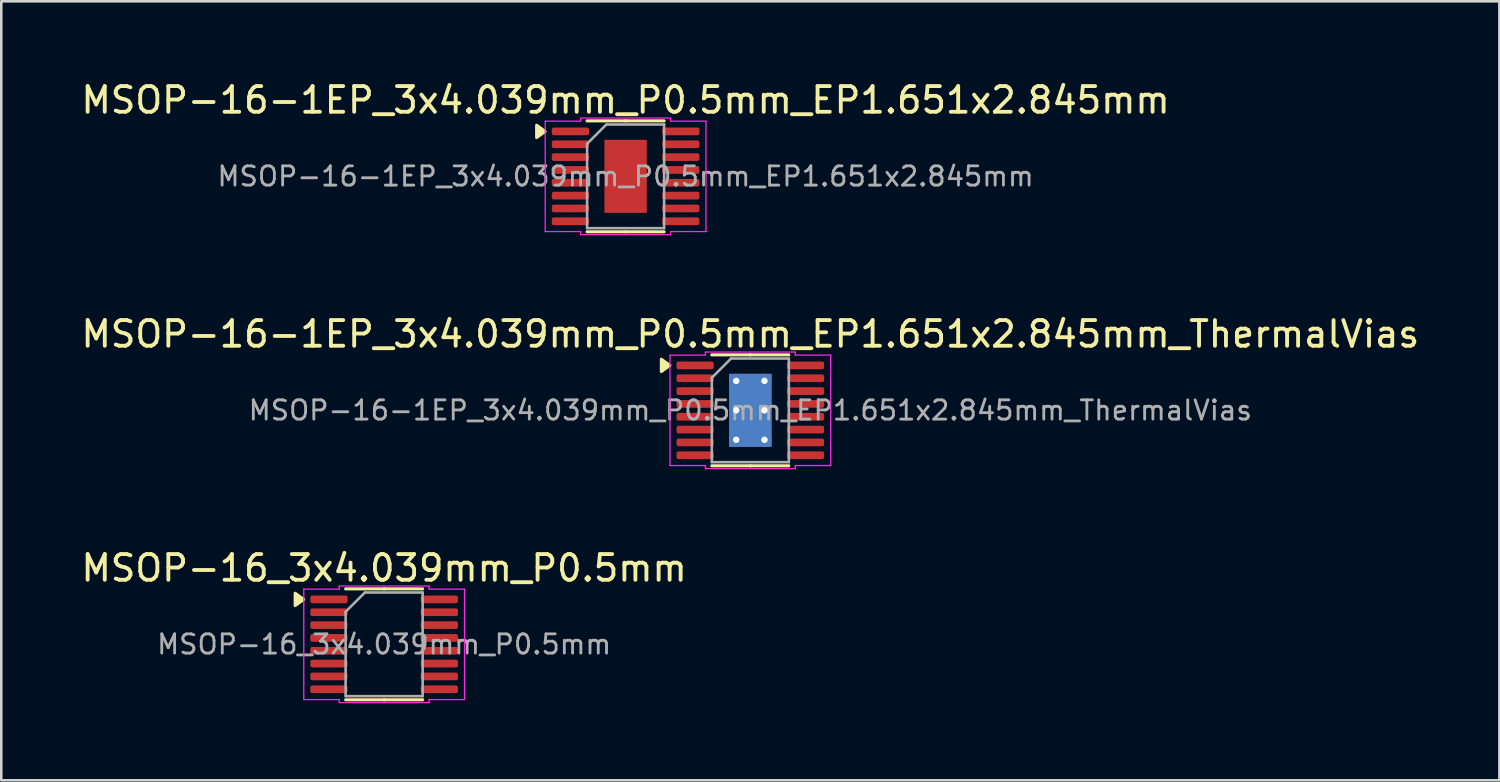
<source format=kicad_pcb>
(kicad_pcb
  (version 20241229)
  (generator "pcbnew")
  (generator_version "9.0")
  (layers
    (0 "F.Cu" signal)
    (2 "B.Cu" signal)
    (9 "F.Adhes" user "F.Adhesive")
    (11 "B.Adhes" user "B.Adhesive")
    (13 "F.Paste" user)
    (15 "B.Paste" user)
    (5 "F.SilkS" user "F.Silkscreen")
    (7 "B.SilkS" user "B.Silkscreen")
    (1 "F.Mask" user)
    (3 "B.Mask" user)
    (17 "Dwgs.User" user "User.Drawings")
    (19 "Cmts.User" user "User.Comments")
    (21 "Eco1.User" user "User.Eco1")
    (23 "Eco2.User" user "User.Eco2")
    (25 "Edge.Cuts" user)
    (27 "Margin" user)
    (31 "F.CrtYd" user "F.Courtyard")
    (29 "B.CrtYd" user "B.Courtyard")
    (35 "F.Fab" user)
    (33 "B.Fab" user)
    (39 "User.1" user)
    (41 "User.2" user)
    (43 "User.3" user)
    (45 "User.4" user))
  (footprint "MSOP-16_3x4.039mm_P0.5mm"
    (layer "F.Cu")
    (at 11.911 22.045)
    (property "Reference" "MSOP-16_3x4.039mm_P0.5mm" (at 0 -2.97 0) (layer "F.SilkS") (effects (font (size 1 1) (thickness 0.15))))
    (attr smd)
    (fp_line (start 0 -2.16) (end -1.5 -2.16) (stroke (width 0.12) (type solid)) (layer "F.SilkS"))
    (fp_line (start 0 -2.16) (end 1.5 -2.16) (stroke (width 0.12) (type solid)) (layer "F.SilkS"))
    (fp_line (start 0 2.16) (end -1.5 2.16) (stroke (width 0.12) (type solid)) (layer "F.SilkS"))
    (fp_line (start 0 2.16) (end 1.5 2.16) (stroke (width 0.12) (type solid)) (layer "F.SilkS"))
    (fp_poly (pts (xy -3.135 -1.75) (xy -3.465 -1.51) (xy -3.465 -1.99)) (stroke (width 0.12) (type solid)) (fill yes) (layer "F.SilkS"))
    (fp_line (start -3.13 -2.15) (end -1.75 -2.15) (stroke (width 0.05) (type solid)) (layer "F.CrtYd"))
    (fp_line (start -3.13 2.15) (end -3.13 -2.15) (stroke (width 0.05) (type solid)) (layer "F.CrtYd"))
    (fp_line (start -1.75 -2.27) (end 1.75 -2.27) (stroke (width 0.05) (type solid)) (layer "F.CrtYd"))
    (fp_line (start -1.75 -2.15) (end -1.75 -2.27) (stroke (width 0.05) (type solid)) (layer "F.CrtYd"))
    (fp_line (start -1.75 2.15) (end -3.13 2.15) (stroke (width 0.05) (type solid)) (layer "F.CrtYd"))
    (fp_line (start -1.75 2.27) (end -1.75 2.15) (stroke (width 0.05) (type solid)) (layer "F.CrtYd"))
    (fp_line (start 1.75 -2.27) (end 1.75 -2.15) (stroke (width 0.05) (type solid)) (layer "F.CrtYd"))
    (fp_line (start 1.75 -2.15) (end 3.13 -2.15) (stroke (width 0.05) (type solid)) (layer "F.CrtYd"))
    (fp_line (start 1.75 2.15) (end 1.75 2.27) (stroke (width 0.05) (type solid)) (layer "F.CrtYd"))
    (fp_line (start 1.75 2.27) (end -1.75 2.27) (stroke (width 0.05) (type solid)) (layer "F.CrtYd"))
    (fp_line (start 3.13 -2.15) (end 3.13 2.15) (stroke (width 0.05) (type solid)) (layer "F.CrtYd"))
    (fp_line (start 3.13 2.15) (end 1.75 2.15) (stroke (width 0.05) (type solid)) (layer "F.CrtYd"))
    (fp_line (start -1.5 -1.27) (end -0.75 -2.019) (stroke (width 0.1) (type solid)) (layer "F.Fab"))
    (fp_line (start -1.5 2.019) (end -1.5 -1.27) (stroke (width 0.1) (type solid)) (layer "F.Fab"))
    (fp_line (start -0.75 -2.019) (end 1.5 -2.019) (stroke (width 0.1) (type solid)) (layer "F.Fab"))
    (fp_line (start 1.5 -2.019) (end 1.5 2.019) (stroke (width 0.1) (type solid)) (layer "F.Fab"))
    (fp_line (start 1.5 2.019) (end -1.5 2.019) (stroke (width 0.1) (type solid)) (layer "F.Fab"))
    (fp_text user "${REFERENCE}" (at 0 0 0) (layer "F.Fab") (effects (font (size 0.75 0.75) (thickness 0.11))))
    (pad "1" smd roundrect (at -2.15 -1.75) (size 1.45 0.3) (layers "F.Cu" "F.Mask" "F.Paste") (roundrect_rratio 0.25))
    (pad "2" smd roundrect (at -2.15 -1.25) (size 1.45 0.3) (layers "F.Cu" "F.Mask" "F.Paste") (roundrect_rratio 0.25))
    (pad "3" smd roundrect (at -2.15 -0.75) (size 1.45 0.3) (layers "F.Cu" "F.Mask" "F.Paste") (roundrect_rratio 0.25))
    (pad "4" smd roundrect (at -2.15 -0.25) (size 1.45 0.3) (layers "F.Cu" "F.Mask" "F.Paste") (roundrect_rratio 0.25))
    (pad "5" smd roundrect (at -2.15 0.25) (size 1.45 0.3) (layers "F.Cu" "F.Mask" "F.Paste") (roundrect_rratio 0.25))
    (pad "6" smd roundrect (at -2.15 0.75) (size 1.45 0.3) (layers "F.Cu" "F.Mask" "F.Paste") (roundrect_rratio 0.25))
    (pad "7" smd roundrect (at -2.15 1.25) (size 1.45 0.3) (layers "F.Cu" "F.Mask" "F.Paste") (roundrect_rratio 0.25))
    (pad "8" smd roundrect (at -2.15 1.75) (size 1.45 0.3) (layers "F.Cu" "F.Mask" "F.Paste") (roundrect_rratio 0.25))
    (pad "9" smd roundrect (at 2.15 1.75) (size 1.45 0.3) (layers "F.Cu" "F.Mask" "F.Paste") (roundrect_rratio 0.25))
    (pad "10" smd roundrect (at 2.15 1.25) (size 1.45 0.3) (layers "F.Cu" "F.Mask" "F.Paste") (roundrect_rratio 0.25))
    (pad "11" smd roundrect (at 2.15 0.75) (size 1.45 0.3) (layers "F.Cu" "F.Mask" "F.Paste") (roundrect_rratio 0.25))
    (pad "12" smd roundrect (at 2.15 0.25) (size 1.45 0.3) (layers "F.Cu" "F.Mask" "F.Paste") (roundrect_rratio 0.25))
    (pad "13" smd roundrect (at 2.15 -0.25) (size 1.45 0.3) (layers "F.Cu" "F.Mask" "F.Paste") (roundrect_rratio 0.25))
    (pad "14" smd roundrect (at 2.15 -0.75) (size 1.45 0.3) (layers "F.Cu" "F.Mask" "F.Paste") (roundrect_rratio 0.25))
    (pad "15" smd roundrect (at 2.15 -1.25) (size 1.45 0.3) (layers "F.Cu" "F.Mask" "F.Paste") (roundrect_rratio 0.25))
    (pad "16" smd roundrect (at 2.15 -1.75) (size 1.45 0.3) (layers "F.Cu" "F.Mask" "F.Paste") (roundrect_rratio 0.25)))
  (footprint "MSOP-16-1EP_3x4.039mm_P0.5mm_EP1.651x2.845mm_ThermalVias"
    (layer "F.Cu")
    (at 26.173 12.931)
    (property "Reference" "MSOP-16-1EP_3x4.039mm_P0.5mm_EP1.651x2.845mm_ThermalVias" (at 0 -2.97 0) (layer "F.SilkS") (effects (font (size 1 1) (thickness 0.15))))
    (attr smd)
    (fp_line (start 0 -2.16) (end -1.5 -2.16) (stroke (width 0.12) (type solid)) (layer "F.SilkS"))
    (fp_line (start 0 -2.16) (end 1.5 -2.16) (stroke (width 0.12) (type solid)) (layer "F.SilkS"))
    (fp_line (start 0 2.16) (end -1.5 2.16) (stroke (width 0.12) (type solid)) (layer "F.SilkS"))
    (fp_line (start 0 2.16) (end 1.5 2.16) (stroke (width 0.12) (type solid)) (layer "F.SilkS"))
    (fp_poly (pts (xy -3.135 -1.75) (xy -3.465 -1.51) (xy -3.465 -1.99)) (stroke (width 0.12) (type solid)) (fill yes) (layer "F.SilkS"))
    (fp_line (start -3.13 -2.15) (end -1.75 -2.15) (stroke (width 0.05) (type solid)) (layer "F.CrtYd"))
    (fp_line (start -3.13 2.15) (end -3.13 -2.15) (stroke (width 0.05) (type solid)) (layer "F.CrtYd"))
    (fp_line (start -1.75 -2.27) (end 1.75 -2.27) (stroke (width 0.05) (type solid)) (layer "F.CrtYd"))
    (fp_line (start -1.75 -2.15) (end -1.75 -2.27) (stroke (width 0.05) (type solid)) (layer "F.CrtYd"))
    (fp_line (start -1.75 2.15) (end -3.13 2.15) (stroke (width 0.05) (type solid)) (layer "F.CrtYd"))
    (fp_line (start -1.75 2.27) (end -1.75 2.15) (stroke (width 0.05) (type solid)) (layer "F.CrtYd"))
    (fp_line (start 1.75 -2.27) (end 1.75 -2.15) (stroke (width 0.05) (type solid)) (layer "F.CrtYd"))
    (fp_line (start 1.75 -2.15) (end 3.13 -2.15) (stroke (width 0.05) (type solid)) (layer "F.CrtYd"))
    (fp_line (start 1.75 2.15) (end 1.75 2.27) (stroke (width 0.05) (type solid)) (layer "F.CrtYd"))
    (fp_line (start 1.75 2.27) (end -1.75 2.27) (stroke (width 0.05) (type solid)) (layer "F.CrtYd"))
    (fp_line (start 3.13 -2.15) (end 3.13 2.15) (stroke (width 0.05) (type solid)) (layer "F.CrtYd"))
    (fp_line (start 3.13 2.15) (end 1.75 2.15) (stroke (width 0.05) (type solid)) (layer "F.CrtYd"))
    (fp_line (start -1.5 -1.27) (end -0.75 -2.019) (stroke (width 0.1) (type solid)) (layer "F.Fab"))
    (fp_line (start -1.5 2.019) (end -1.5 -1.27) (stroke (width 0.1) (type solid)) (layer "F.Fab"))
    (fp_line (start -0.75 -2.019) (end 1.5 -2.019) (stroke (width 0.1) (type solid)) (layer "F.Fab"))
    (fp_line (start 1.5 -2.019) (end 1.5 2.019) (stroke (width 0.1) (type solid)) (layer "F.Fab"))
    (fp_line (start 1.5 2.019) (end -1.5 2.019) (stroke (width 0.1) (type solid)) (layer "F.Fab"))
    (fp_text user "${REFERENCE}" (at 0 0 0) (layer "F.Fab") (effects (font (size 0.75 0.75) (thickness 0.11))))
    (pad "" smd roundrect (at -0.415 -0.71) (size 0.69 1.19) (layers "F.Paste") (roundrect_rratio 0.25))
    (pad "" smd roundrect (at -0.415 0.71) (size 0.69 1.19) (layers "F.Paste") (roundrect_rratio 0.25))
    (pad "" smd roundrect (at 0.415 -0.71) (size 0.69 1.19) (layers "F.Paste") (roundrect_rratio 0.25))
    (pad "" smd roundrect (at 0.415 0.71) (size 0.69 1.19) (layers "F.Paste") (roundrect_rratio 0.25))
    (pad "1" smd roundrect (at -2.15 -1.75) (size 1.45 0.3) (layers "F.Cu" "F.Mask" "F.Paste") (roundrect_rratio 0.25))
    (pad "2" smd roundrect (at -2.15 -1.25) (size 1.45 0.3) (layers "F.Cu" "F.Mask" "F.Paste") (roundrect_rratio 0.25))
    (pad "3" smd roundrect (at -2.15 -0.75) (size 1.45 0.3) (layers "F.Cu" "F.Mask" "F.Paste") (roundrect_rratio 0.25))
    (pad "4" smd roundrect (at -2.15 -0.25) (size 1.45 0.3) (layers "F.Cu" "F.Mask" "F.Paste") (roundrect_rratio 0.25))
    (pad "5" smd roundrect (at -2.15 0.25) (size 1.45 0.3) (layers "F.Cu" "F.Mask" "F.Paste") (roundrect_rratio 0.25))
    (pad "6" smd roundrect (at -2.15 0.75) (size 1.45 0.3) (layers "F.Cu" "F.Mask" "F.Paste") (roundrect_rratio 0.25))
    (pad "7" smd roundrect (at -2.15 1.25) (size 1.45 0.3) (layers "F.Cu" "F.Mask" "F.Paste") (roundrect_rratio 0.25))
    (pad "8" smd roundrect (at -2.15 1.75) (size 1.45 0.3) (layers "F.Cu" "F.Mask" "F.Paste") (roundrect_rratio 0.25))
    (pad "9" smd roundrect (at 2.15 1.75) (size 1.45 0.3) (layers "F.Cu" "F.Mask" "F.Paste") (roundrect_rratio 0.25))
    (pad "10" smd roundrect (at 2.15 1.25) (size 1.45 0.3) (layers "F.Cu" "F.Mask" "F.Paste") (roundrect_rratio 0.25))
    (pad "11" smd roundrect (at 2.15 0.75) (size 1.45 0.3) (layers "F.Cu" "F.Mask" "F.Paste") (roundrect_rratio 0.25))
    (pad "12" smd roundrect (at 2.15 0.25) (size 1.45 0.3) (layers "F.Cu" "F.Mask" "F.Paste") (roundrect_rratio 0.25))
    (pad "13" smd roundrect (at 2.15 -0.25) (size 1.45 0.3) (layers "F.Cu" "F.Mask" "F.Paste") (roundrect_rratio 0.25))
    (pad "14" smd roundrect (at 2.15 -0.75) (size 1.45 0.3) (layers "F.Cu" "F.Mask" "F.Paste") (roundrect_rratio 0.25))
    (pad "15" smd roundrect (at 2.15 -1.25) (size 1.45 0.3) (layers "F.Cu" "F.Mask" "F.Paste") (roundrect_rratio 0.25))
    (pad "16" smd roundrect (at 2.15 -1.75) (size 1.45 0.3) (layers "F.Cu" "F.Mask" "F.Paste") (roundrect_rratio 0.25))
    (pad "17" thru_hole circle (at -0.55 -1.147) (size 0.55 0.55) (drill 0.25) (property pad_prop_heatsink) (layers "*.Cu"))
    (pad "17" thru_hole circle (at -0.55 0) (size 0.55 0.55) (drill 0.25) (property pad_prop_heatsink) (layers "*.Cu"))
    (pad "17" thru_hole circle (at -0.55 1.147) (size 0.55 0.55) (drill 0.25) (property pad_prop_heatsink) (layers "*.Cu"))
    (pad "17" smd rect (at 0 0) (size 1.651 2.845) (property pad_prop_heatsink) (layers "F.Cu" "F.Mask"))
    (pad "17" smd rect (at 0 0) (size 1.651 2.845) (property pad_prop_heatsink) (layers "B.Cu"))
    (pad "17" thru_hole circle (at 0.55 -1.147) (size 0.55 0.55) (drill 0.25) (property pad_prop_heatsink) (layers "*.Cu"))
    (pad "17" thru_hole circle (at 0.55 0) (size 0.55 0.55) (drill 0.25) (property pad_prop_heatsink) (layers "*.Cu"))
    (pad "17" thru_hole circle (at 0.55 1.147) (size 0.55 0.55) (drill 0.25) (property pad_prop_heatsink) (layers "*.Cu")))
  (footprint "MSOP-16-1EP_3x4.039mm_P0.5mm_EP1.651x2.845mm"
    (layer "F.Cu")
    (at 21.315 3.818)
    (property "Reference" "MSOP-16-1EP_3x4.039mm_P0.5mm_EP1.651x2.845mm" (at 0 -2.97 0) (layer "F.SilkS") (effects (font (size 1 1) (thickness 0.15))))
    (attr smd)
    (fp_line (start 0 -2.16) (end -1.5 -2.16) (stroke (width 0.12) (type solid)) (layer "F.SilkS"))
    (fp_line (start 0 -2.16) (end 1.5 -2.16) (stroke (width 0.12) (type solid)) (layer "F.SilkS"))
    (fp_line (start 0 2.16) (end -1.5 2.16) (stroke (width 0.12) (type solid)) (layer "F.SilkS"))
    (fp_line (start 0 2.16) (end 1.5 2.16) (stroke (width 0.12) (type solid)) (layer "F.SilkS"))
    (fp_poly (pts (xy -3.135 -1.75) (xy -3.465 -1.51) (xy -3.465 -1.99)) (stroke (width 0.12) (type solid)) (fill yes) (layer "F.SilkS"))
    (fp_line (start -3.13 -2.15) (end -1.75 -2.15) (stroke (width 0.05) (type solid)) (layer "F.CrtYd"))
    (fp_line (start -3.13 2.15) (end -3.13 -2.15) (stroke (width 0.05) (type solid)) (layer "F.CrtYd"))
    (fp_line (start -1.75 -2.27) (end 1.75 -2.27) (stroke (width 0.05) (type solid)) (layer "F.CrtYd"))
    (fp_line (start -1.75 -2.15) (end -1.75 -2.27) (stroke (width 0.05) (type solid)) (layer "F.CrtYd"))
    (fp_line (start -1.75 2.15) (end -3.13 2.15) (stroke (width 0.05) (type solid)) (layer "F.CrtYd"))
    (fp_line (start -1.75 2.27) (end -1.75 2.15) (stroke (width 0.05) (type solid)) (layer "F.CrtYd"))
    (fp_line (start 1.75 -2.27) (end 1.75 -2.15) (stroke (width 0.05) (type solid)) (layer "F.CrtYd"))
    (fp_line (start 1.75 -2.15) (end 3.13 -2.15) (stroke (width 0.05) (type solid)) (layer "F.CrtYd"))
    (fp_line (start 1.75 2.15) (end 1.75 2.27) (stroke (width 0.05) (type solid)) (layer "F.CrtYd"))
    (fp_line (start 1.75 2.27) (end -1.75 2.27) (stroke (width 0.05) (type solid)) (layer "F.CrtYd"))
    (fp_line (start 3.13 -2.15) (end 3.13 2.15) (stroke (width 0.05) (type solid)) (layer "F.CrtYd"))
    (fp_line (start 3.13 2.15) (end 1.75 2.15) (stroke (width 0.05) (type solid)) (layer "F.CrtYd"))
    (fp_line (start -1.5 -1.27) (end -0.75 -2.019) (stroke (width 0.1) (type solid)) (layer "F.Fab"))
    (fp_line (start -1.5 2.019) (end -1.5 -1.27) (stroke (width 0.1) (type solid)) (layer "F.Fab"))
    (fp_line (start -0.75 -2.019) (end 1.5 -2.019) (stroke (width 0.1) (type solid)) (layer "F.Fab"))
    (fp_line (start 1.5 -2.019) (end 1.5 2.019) (stroke (width 0.1) (type solid)) (layer "F.Fab"))
    (fp_line (start 1.5 2.019) (end -1.5 2.019) (stroke (width 0.1) (type solid)) (layer "F.Fab"))
    (fp_text user "${REFERENCE}" (at 0 0 0) (layer "F.Fab") (effects (font (size 0.75 0.75) (thickness 0.11))))
    (pad "" smd roundrect (at -0.415 -0.71) (size 0.69 1.19) (layers "F.Paste") (roundrect_rratio 0.25))
    (pad "" smd roundrect (at -0.415 0.71) (size 0.69 1.19) (layers "F.Paste") (roundrect_rratio 0.25))
    (pad "" smd roundrect (at 0.415 -0.71) (size 0.69 1.19) (layers "F.Paste") (roundrect_rratio 0.25))
    (pad "" smd roundrect (at 0.415 0.71) (size 0.69 1.19) (layers "F.Paste") (roundrect_rratio 0.25))
    (pad "1" smd roundrect (at -2.15 -1.75) (size 1.45 0.3) (layers "F.Cu" "F.Mask" "F.Paste") (roundrect_rratio 0.25))
    (pad "2" smd roundrect (at -2.15 -1.25) (size 1.45 0.3) (layers "F.Cu" "F.Mask" "F.Paste") (roundrect_rratio 0.25))
    (pad "3" smd roundrect (at -2.15 -0.75) (size 1.45 0.3) (layers "F.Cu" "F.Mask" "F.Paste") (roundrect_rratio 0.25))
    (pad "4" smd roundrect (at -2.15 -0.25) (size 1.45 0.3) (layers "F.Cu" "F.Mask" "F.Paste") (roundrect_rratio 0.25))
    (pad "5" smd roundrect (at -2.15 0.25) (size 1.45 0.3) (layers "F.Cu" "F.Mask" "F.Paste") (roundrect_rratio 0.25))
    (pad "6" smd roundrect (at -2.15 0.75) (size 1.45 0.3) (layers "F.Cu" "F.Mask" "F.Paste") (roundrect_rratio 0.25))
    (pad "7" smd roundrect (at -2.15 1.25) (size 1.45 0.3) (layers "F.Cu" "F.Mask" "F.Paste") (roundrect_rratio 0.25))
    (pad "8" smd roundrect (at -2.15 1.75) (size 1.45 0.3) (layers "F.Cu" "F.Mask" "F.Paste") (roundrect_rratio 0.25))
    (pad "9" smd roundrect (at 2.15 1.75) (size 1.45 0.3) (layers "F.Cu" "F.Mask" "F.Paste") (roundrect_rratio 0.25))
    (pad "10" smd roundrect (at 2.15 1.25) (size 1.45 0.3) (layers "F.Cu" "F.Mask" "F.Paste") (roundrect_rratio 0.25))
    (pad "11" smd roundrect (at 2.15 0.75) (size 1.45 0.3) (layers "F.Cu" "F.Mask" "F.Paste") (roundrect_rratio 0.25))
    (pad "12" smd roundrect (at 2.15 0.25) (size 1.45 0.3) (layers "F.Cu" "F.Mask" "F.Paste") (roundrect_rratio 0.25))
    (pad "13" smd roundrect (at 2.15 -0.25) (size 1.45 0.3) (layers "F.Cu" "F.Mask" "F.Paste") (roundrect_rratio 0.25))
    (pad "14" smd roundrect (at 2.15 -0.75) (size 1.45 0.3) (layers "F.Cu" "F.Mask" "F.Paste") (roundrect_rratio 0.25))
    (pad "15" smd roundrect (at 2.15 -1.25) (size 1.45 0.3) (layers "F.Cu" "F.Mask" "F.Paste") (roundrect_rratio 0.25))
    (pad "16" smd roundrect (at 2.15 -1.75) (size 1.45 0.3) (layers "F.Cu" "F.Mask" "F.Paste") (roundrect_rratio 0.25))
    (pad "17" smd rect (at 0 0) (size 1.651 2.845) (property pad_prop_heatsink) (layers "F.Cu" "F.Mask")))
  (gr_rect
    (start -3 -3)
    (end 55.345 27.34)
    (stroke (width 0.1) (type default))
    (fill no)
    (layer "Edge.Cuts")))
</source>
